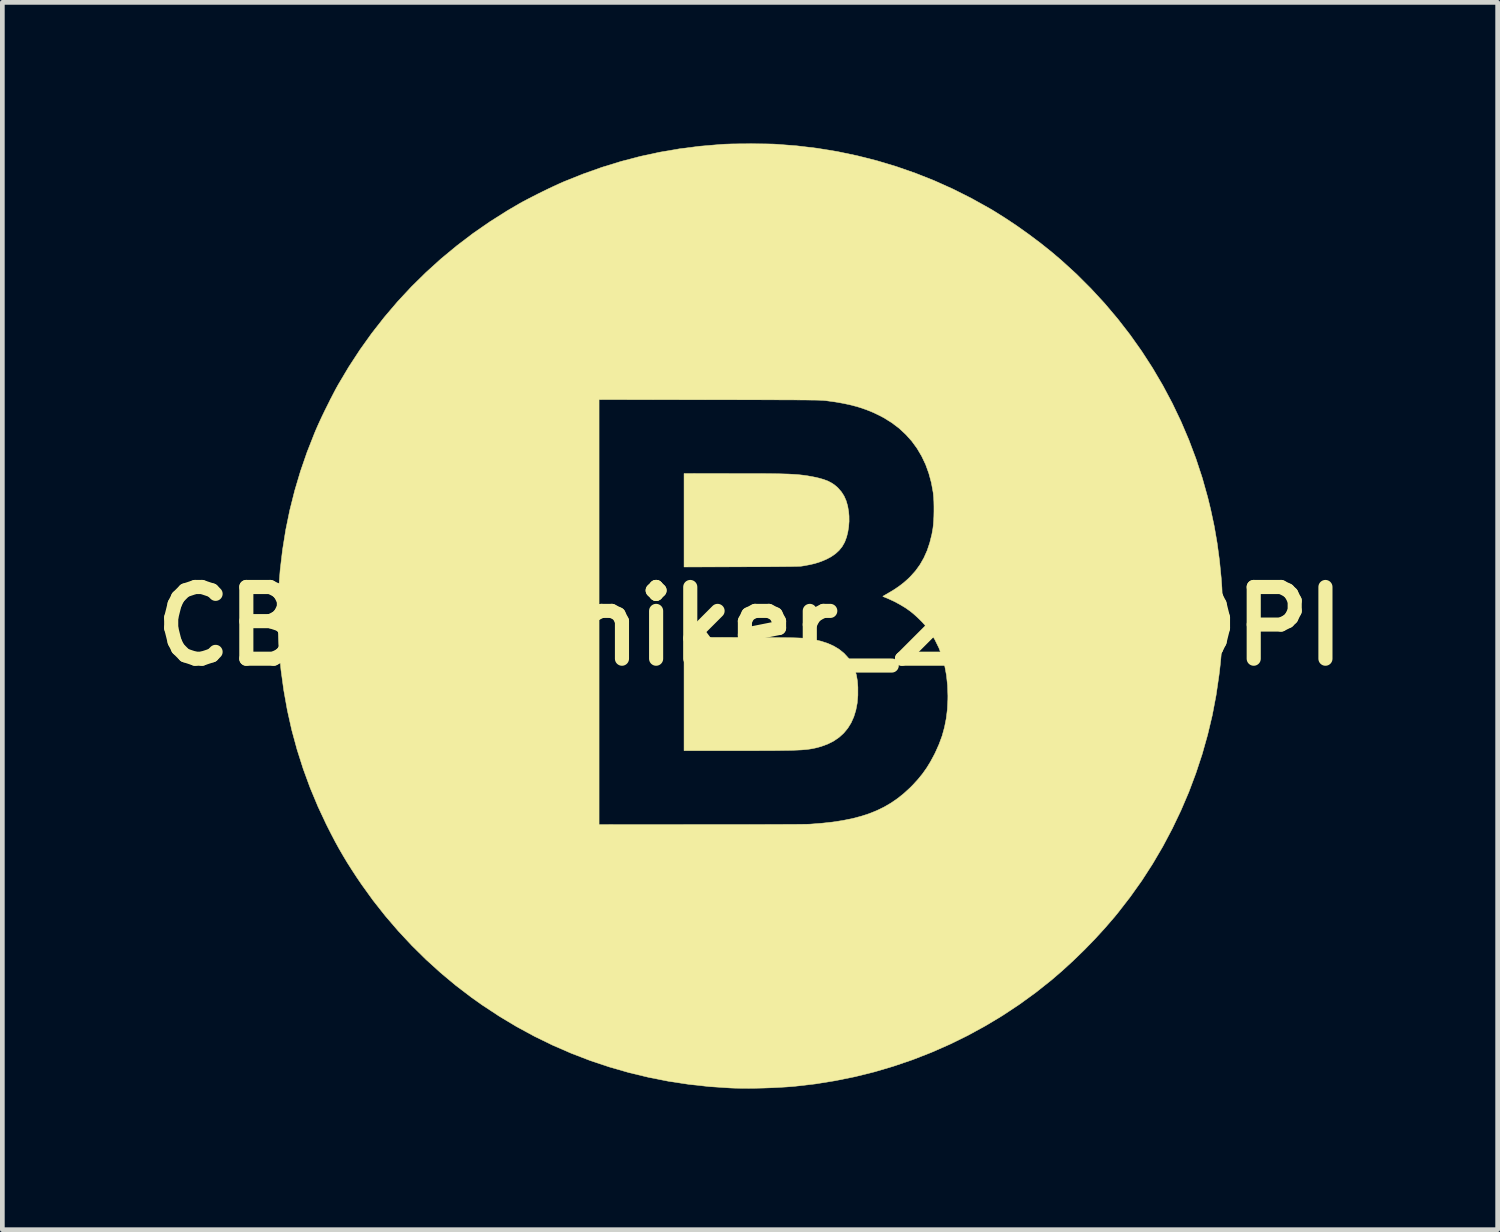
<source format=kicad_pcb>
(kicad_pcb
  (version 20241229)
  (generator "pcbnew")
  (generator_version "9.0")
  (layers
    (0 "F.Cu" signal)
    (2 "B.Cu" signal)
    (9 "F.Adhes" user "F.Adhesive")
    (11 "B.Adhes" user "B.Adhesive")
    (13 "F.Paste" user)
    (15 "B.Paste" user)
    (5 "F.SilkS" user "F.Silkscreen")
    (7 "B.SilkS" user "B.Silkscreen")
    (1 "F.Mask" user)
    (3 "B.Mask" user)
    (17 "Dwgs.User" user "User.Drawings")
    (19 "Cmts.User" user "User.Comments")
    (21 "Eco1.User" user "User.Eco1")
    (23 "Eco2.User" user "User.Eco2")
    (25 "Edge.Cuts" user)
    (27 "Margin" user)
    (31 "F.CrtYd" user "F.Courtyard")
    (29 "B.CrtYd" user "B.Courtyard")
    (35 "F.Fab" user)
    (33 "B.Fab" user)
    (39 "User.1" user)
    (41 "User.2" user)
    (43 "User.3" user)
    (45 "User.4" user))
  (footprint "CBP_Moniker_2700DPI"
    (layer "F.Cu")
    (at 12.889 10.259)
    (property "Reference" "CBP_Moniker_2700DPI" (at 0 0 0) (layer "F.SilkS") (effects (font (size 1.524 1.524) (thickness 0.3))))
    (attr through_hole)
    (fp_poly (pts (xy -0.369 -3.245) (xy -0.179 -3.245) (xy -0.006 -3.245) (xy 0.15 -3.245) (xy 0.291 -3.244) (xy 0.418 -3.243) (xy 0.532 -3.241) (xy 0.635 -3.24) (xy 0.726 -3.237) (xy 0.809 -3.235) (xy 0.883 -3.231) (xy 0.95 -3.227) (xy 1.012 -3.223) (xy 1.069 -3.217) (xy 1.122 -3.211) (xy 1.173 -3.204) (xy 1.223 -3.197) (xy 1.273 -3.188) (xy 1.325 -3.179) (xy 1.345 -3.175) (xy 1.462 -3.149) (xy 1.561 -3.121) (xy 1.648 -3.089) (xy 1.723 -3.051) (xy 1.791 -3.007) (xy 1.852 -2.956) (xy 1.873 -2.936) (xy 1.943 -2.855) (xy 1.999 -2.767) (xy 2.043 -2.667) (xy 2.075 -2.557) (xy 2.096 -2.433) (xy 2.104 -2.342) (xy 2.105 -2.228) (xy 2.096 -2.112) (xy 2.078 -2) (xy 2.052 -1.896) (xy 2.018 -1.804) (xy 2.009 -1.783) (xy 1.957 -1.692) (xy 1.893 -1.613) (xy 1.816 -1.542) (xy 1.725 -1.479) (xy 1.642 -1.434) (xy 1.553 -1.394) (xy 1.462 -1.36) (xy 1.366 -1.331) (xy 1.26 -1.307) (xy 1.141 -1.285) (xy 1.096 -1.278) (xy 1.078 -1.276) (xy 1.047 -1.275) (xy 1.005 -1.273) (xy 0.949 -1.272) (xy 0.88 -1.27) (xy 0.796 -1.269) (xy 0.698 -1.268) (xy 0.584 -1.267) (xy 0.455 -1.266) (xy 0.309 -1.265) (xy 0.145 -1.264) (xy -0.036 -1.264) (xy -0.191 -1.263) (xy -1.402 -1.26) (xy -1.402 -3.246) (xy -0.369 -3.245)) (stroke (width 0.01) (type solid)) (fill yes) (layer "F.SilkS"))
    (fp_poly (pts (xy -0.167 0.238) (xy 0.015 0.239) (xy 0.179 0.239) (xy 0.326 0.24) (xy 0.458 0.24) (xy 0.576 0.241) (xy 0.68 0.242) (xy 0.772 0.243) (xy 0.853 0.244) (xy 0.924 0.245) (xy 0.985 0.247) (xy 1.039 0.249) (xy 1.086 0.251) (xy 1.128 0.253) (xy 1.165 0.256) (xy 1.198 0.259) (xy 1.229 0.263) (xy 1.259 0.267) (xy 1.288 0.272) (xy 1.318 0.277) (xy 1.35 0.282) (xy 1.509 0.317) (xy 1.653 0.364) (xy 1.783 0.423) (xy 1.898 0.493) (xy 1.999 0.575) (xy 2.085 0.669) (xy 2.124 0.723) (xy 2.183 0.823) (xy 2.228 0.927) (xy 2.261 1.039) (xy 2.282 1.162) (xy 2.292 1.294) (xy 2.292 1.469) (xy 2.278 1.632) (xy 2.249 1.783) (xy 2.206 1.923) (xy 2.149 2.051) (xy 2.078 2.166) (xy 1.993 2.269) (xy 1.894 2.359) (xy 1.781 2.437) (xy 1.655 2.501) (xy 1.515 2.553) (xy 1.444 2.573) (xy 1.406 2.583) (xy 1.368 2.591) (xy 1.33 2.599) (xy 1.291 2.606) (xy 1.25 2.612) (xy 1.205 2.618) (xy 1.156 2.622) (xy 1.101 2.627) (xy 1.04 2.63) (xy 0.971 2.633) (xy 0.893 2.636) (xy 0.805 2.638) (xy 0.707 2.639) (xy 0.596 2.641) (xy 0.473 2.642) (xy 0.335 2.642) (xy 0.183 2.643) (xy 0.014 2.643) (xy -0.172 2.643) (xy -0.261 2.643) (xy -1.402 2.643) (xy -1.402 0.234) (xy -0.167 0.238)) (stroke (width 0.01) (type solid)) (fill yes) (layer "F.SilkS"))
    (fp_poly (pts (xy 0.129 -10.253) (xy 0.236 -10.252) (xy 0.336 -10.251) (xy 0.426 -10.249) (xy 0.504 -10.247) (xy 0.556 -10.244) (xy 0.994 -10.21) (xy 1.428 -10.158) (xy 1.857 -10.088) (xy 2.281 -9.999) (xy 2.699 -9.893) (xy 3.112 -9.769) (xy 3.519 -9.627) (xy 3.92 -9.468) (xy 4.314 -9.291) (xy 4.702 -9.096) (xy 5.083 -8.884) (xy 5.165 -8.836) (xy 5.416 -8.679) (xy 5.671 -8.509) (xy 5.926 -8.328) (xy 6.176 -8.14) (xy 6.417 -7.947) (xy 6.619 -7.775) (xy 6.939 -7.483) (xy 7.244 -7.178) (xy 7.536 -6.862) (xy 7.813 -6.534) (xy 8.076 -6.195) (xy 8.324 -5.845) (xy 8.556 -5.486) (xy 8.773 -5.117) (xy 8.974 -4.739) (xy 9.158 -4.354) (xy 9.326 -3.96) (xy 9.477 -3.559) (xy 9.611 -3.152) (xy 9.727 -2.738) (xy 9.788 -2.488) (xy 9.865 -2.127) (xy 9.927 -1.767) (xy 9.976 -1.402) (xy 10.013 -1.029) (xy 10.028 -0.823) (xy 10.03 -0.782) (xy 10.032 -0.725) (xy 10.034 -0.655) (xy 10.035 -0.574) (xy 10.036 -0.485) (xy 10.037 -0.39) (xy 10.038 -0.294) (xy 10.038 -0.221) (xy 10.037 -0.06) (xy 10.036 0.085) (xy 10.033 0.218) (xy 10.029 0.342) (xy 10.023 0.461) (xy 10.015 0.576) (xy 10.005 0.693) (xy 9.993 0.813) (xy 9.979 0.94) (xy 9.966 1.044) (xy 9.904 1.468) (xy 9.824 1.889) (xy 9.725 2.305) (xy 9.609 2.717) (xy 9.475 3.123) (xy 9.325 3.523) (xy 9.157 3.916) (xy 8.973 4.301) (xy 8.773 4.679) (xy 8.557 5.047) (xy 8.325 5.407) (xy 8.077 5.755) (xy 7.815 6.093) (xy 7.743 6.181) (xy 7.541 6.415) (xy 7.325 6.651) (xy 7.098 6.884) (xy 6.865 7.11) (xy 6.629 7.326) (xy 6.406 7.518) (xy 6.071 7.784) (xy 5.725 8.035) (xy 5.369 8.271) (xy 5.003 8.491) (xy 4.628 8.696) (xy 4.245 8.884) (xy 3.854 9.056) (xy 3.457 9.211) (xy 3.052 9.349) (xy 2.643 9.47) (xy 2.228 9.573) (xy 1.808 9.658) (xy 1.386 9.726) (xy 0.96 9.775) (xy 0.917 9.779) (xy 0.777 9.79) (xy 0.624 9.799) (xy 0.464 9.807) (xy 0.301 9.813) (xy 0.137 9.817) (xy -0.023 9.819) (xy -0.175 9.818) (xy -0.315 9.816) (xy -0.416 9.812) (xy -0.858 9.783) (xy -1.296 9.735) (xy -1.727 9.67) (xy -2.153 9.586) (xy -2.573 9.485) (xy -2.987 9.366) (xy -3.395 9.23) (xy -3.796 9.076) (xy -4.19 8.905) (xy -4.578 8.716) (xy -4.958 8.51) (xy -5.331 8.286) (xy -5.696 8.046) (xy -5.924 7.884) (xy -6.254 7.632) (xy -6.575 7.364) (xy -6.886 7.082) (xy -7.187 6.785) (xy -7.475 6.476) (xy -7.75 6.156) (xy -8.011 5.825) (xy -8.256 5.485) (xy -8.358 5.335) (xy -8.463 5.174) (xy -8.559 5.023) (xy -8.647 4.876) (xy -8.732 4.73) (xy -8.815 4.579) (xy -8.898 4.42) (xy -8.985 4.249) (xy -8.997 4.224) (xy -9.002 4.215) (xy -3.208 4.215) (xy -1.042 4.214) (xy -0.792 4.214) (xy -0.553 4.214) (xy -0.327 4.214) (xy -0.114 4.214) (xy 0.087 4.213) (xy 0.273 4.213) (xy 0.446 4.212) (xy 0.604 4.212) (xy 0.746 4.211) (xy 0.874 4.21) (xy 0.985 4.21) (xy 1.079 4.209) (xy 1.157 4.208) (xy 1.217 4.207) (xy 1.259 4.206) (xy 1.279 4.205) (xy 1.525 4.186) (xy 1.754 4.161) (xy 1.968 4.128) (xy 2.168 4.088) (xy 2.355 4.039) (xy 2.529 3.983) (xy 2.693 3.917) (xy 2.848 3.842) (xy 2.994 3.757) (xy 3.134 3.661) (xy 3.267 3.555) (xy 3.395 3.438) (xy 3.457 3.376) (xy 3.567 3.256) (xy 3.664 3.137) (xy 3.753 3.012) (xy 3.835 2.878) (xy 3.915 2.73) (xy 3.937 2.686) (xy 4.017 2.507) (xy 4.083 2.328) (xy 4.133 2.146) (xy 4.17 1.959) (xy 4.194 1.764) (xy 4.204 1.558) (xy 4.205 1.478) (xy 4.197 1.253) (xy 4.174 1.038) (xy 4.136 0.835) (xy 4.082 0.642) (xy 4.013 0.458) (xy 3.928 0.285) (xy 3.827 0.121) (xy 3.749 0.014) (xy 3.706 -0.037) (xy 3.652 -0.096) (xy 3.591 -0.157) (xy 3.527 -0.217) (xy 3.466 -0.271) (xy 3.41 -0.316) (xy 3.408 -0.318) (xy 3.303 -0.392) (xy 3.185 -0.463) (xy 3.062 -0.529) (xy 2.938 -0.586) (xy 2.9 -0.602) (xy 2.865 -0.616) (xy 2.839 -0.627) (xy 2.824 -0.634) (xy 2.822 -0.636) (xy 2.83 -0.641) (xy 2.851 -0.654) (xy 2.881 -0.671) (xy 2.909 -0.687) (xy 3.041 -0.765) (xy 3.158 -0.843) (xy 3.264 -0.924) (xy 3.36 -1.009) (xy 3.405 -1.053) (xy 3.516 -1.176) (xy 3.612 -1.309) (xy 3.694 -1.452) (xy 3.764 -1.608) (xy 3.82 -1.776) (xy 3.865 -1.957) (xy 3.887 -2.082) (xy 3.896 -2.155) (xy 3.902 -2.242) (xy 3.907 -2.339) (xy 3.909 -2.442) (xy 3.909 -2.545) (xy 3.907 -2.644) (xy 3.902 -2.736) (xy 3.895 -2.815) (xy 3.892 -2.841) (xy 3.854 -3.05) (xy 3.8 -3.249) (xy 3.732 -3.437) (xy 3.648 -3.614) (xy 3.55 -3.78) (xy 3.437 -3.935) (xy 3.309 -4.077) (xy 3.168 -4.208) (xy 3.012 -4.326) (xy 2.843 -4.431) (xy 2.756 -4.477) (xy 2.614 -4.545) (xy 2.468 -4.604) (xy 2.317 -4.655) (xy 2.158 -4.699) (xy 1.989 -4.736) (xy 1.806 -4.768) (xy 1.609 -4.795) (xy 1.593 -4.797) (xy 1.576 -4.798) (xy 1.557 -4.8) (xy 1.535 -4.801) (xy 1.509 -4.802) (xy 1.479 -4.804) (xy 1.443 -4.805) (xy 1.402 -4.806) (xy 1.355 -4.807) (xy 1.3 -4.807) (xy 1.237 -4.808) (xy 1.165 -4.809) (xy 1.084 -4.809) (xy 0.993 -4.81) (xy 0.891 -4.811) (xy 0.777 -4.811) (xy 0.651 -4.811) (xy 0.512 -4.812) (xy 0.359 -4.812) (xy 0.191 -4.813) (xy 0.008 -4.813) (xy -0.19 -4.813) (xy -0.406 -4.814) (xy -0.639 -4.814) (xy -0.868 -4.814) (xy -3.208 -4.817) (xy -3.208 4.215) (xy -9.002 4.215) (xy -9.182 3.831) (xy -9.348 3.433) (xy -9.496 3.029) (xy -9.626 2.62) (xy -9.739 2.205) (xy -9.833 1.784) (xy -9.909 1.358) (xy -9.968 0.926) (xy -10.008 0.489) (xy -10.018 0.33) (xy -10.021 0.266) (xy -10.024 0.186) (xy -10.026 0.094) (xy -10.027 -0.008) (xy -10.028 -0.115) (xy -10.028 -0.226) (xy -10.028 -0.336) (xy -10.027 -0.443) (xy -10.025 -0.543) (xy -10.024 -0.633) (xy -10.021 -0.71) (xy -10.019 -0.762) (xy -9.985 -1.199) (xy -9.934 -1.628) (xy -9.866 -2.052) (xy -9.78 -2.47) (xy -9.676 -2.883) (xy -9.554 -3.293) (xy -9.414 -3.699) (xy -9.255 -4.103) (xy -9.224 -4.177) (xy -9.186 -4.264) (xy -9.141 -4.363) (xy -9.09 -4.472) (xy -9.035 -4.586) (xy -8.977 -4.702) (xy -8.92 -4.816) (xy -8.864 -4.925) (xy -8.812 -5.025) (xy -8.764 -5.112) (xy -8.753 -5.132) (xy -8.529 -5.509) (xy -8.29 -5.875) (xy -8.037 -6.229) (xy -7.77 -6.57) (xy -7.489 -6.9) (xy -7.194 -7.217) (xy -6.886 -7.52) (xy -6.565 -7.811) (xy -6.231 -8.087) (xy -5.885 -8.35) (xy -5.527 -8.598) (xy -5.157 -8.832) (xy -4.906 -8.979) (xy -4.823 -9.025) (xy -4.726 -9.076) (xy -4.619 -9.131) (xy -4.506 -9.189) (xy -4.39 -9.246) (xy -4.275 -9.302) (xy -4.164 -9.354) (xy -4.062 -9.401) (xy -3.972 -9.441) (xy -3.951 -9.45) (xy -3.549 -9.611) (xy -3.146 -9.754) (xy -2.739 -9.879) (xy -2.33 -9.986) (xy -1.916 -10.075) (xy -1.496 -10.147) (xy -1.071 -10.201) (xy -0.638 -10.238) (xy -0.536 -10.245) (xy -0.472 -10.247) (xy -0.393 -10.25) (xy -0.301 -10.251) (xy -0.199 -10.253) (xy -0.092 -10.253) (xy 0.019 -10.254) (xy 0.129 -10.253)) (stroke (width 0.01) (type solid)) (fill yes) (layer "F.SilkS")))
  (gr_rect
    (start -3 -3)
    (end 28.777 23.082)
    (stroke (width 0.1) (type default))
    (fill no)
    (layer "Edge.Cuts")))
</source>
